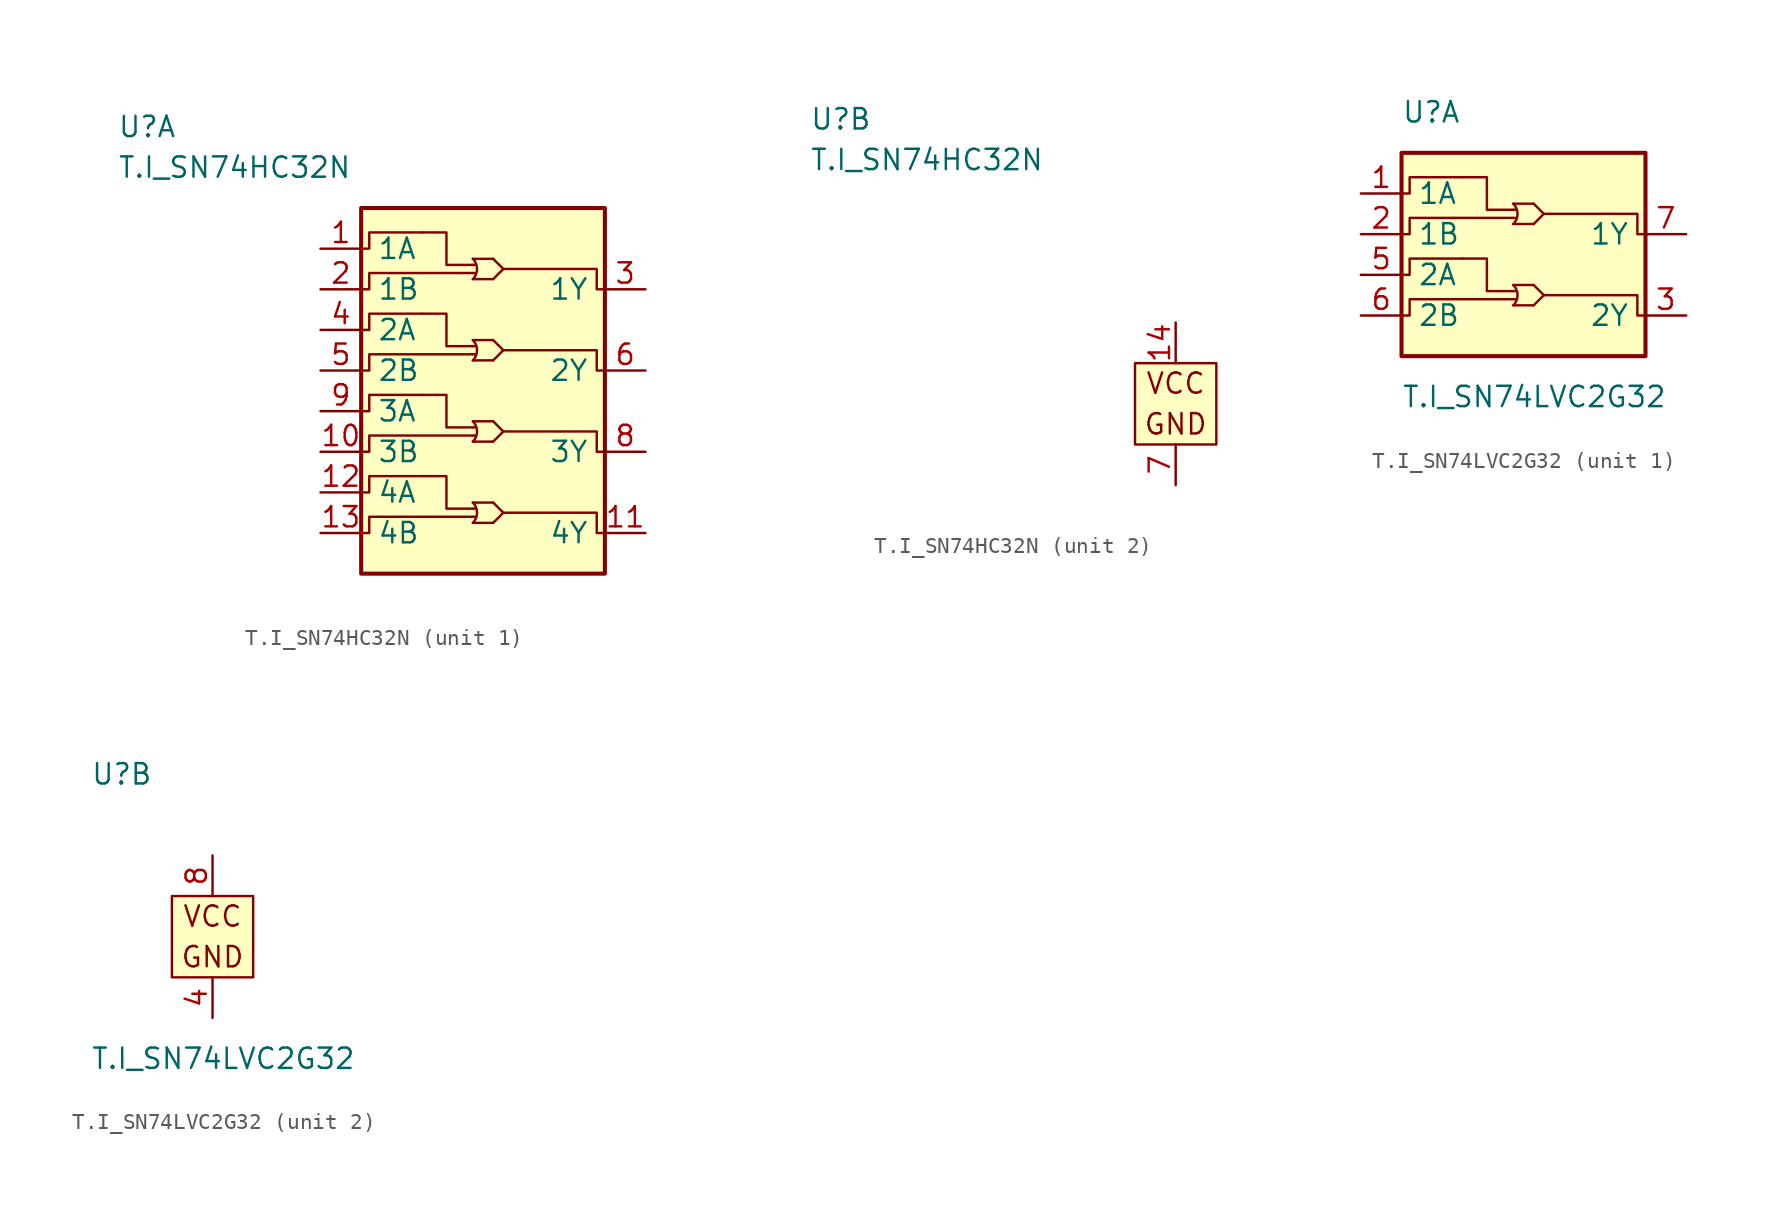
<source format=kicad_sym>
(kicad_symbol_lib
  (version 20211014)
  (generator kicad_symbol_editor)
  (symbol "T.I_SN74HC32N"
    (pin_names
      (offset 1))
    (property "Reference" "U"
      (at -22.86 17.78 0)
      (effects (font (size 1.27 1.27)) (justify left)))
    (property "Value" "T.I_SN74HC32N"
      (at -22.86 15.24 0)
      (effects (font (size 1.27 1.27)) (justify left)))
    (property "ki_locked" ""
      (at 0 0 0)
      (effects (font (size 1.27 1.27))))
    (symbol "T.I_SN74HC32N_1_1"
      (rectangle (start -7.62 12.7) (end 7.62 -10.16) (stroke (width 0.254) (type default) (color 0 0 0 0)) (fill (type background)))
      (arc (start -0.635 -6.985) (mid -0.372 -6.35) (end -0.635 -5.715) (stroke (width 0) (type default) (color 0 0 0 0)) (fill (type none)))
      (arc (start -0.635 -1.905) (mid -0.372 -1.27) (end -0.635 -0.635) (stroke (width 0) (type default) (color 0 0 0 0)) (fill (type none)))
      (arc (start -0.635 3.175) (mid -0.372 3.81) (end -0.635 4.445) (stroke (width 0) (type default) (color 0 0 0 0)) (fill (type none)))
      (arc (start -0.635 8.255) (mid -0.372 8.89) (end -0.635 9.525) (stroke (width 0) (type default) (color 0 0 0 0)) (fill (type none)))
      (polyline (pts (xy -0.635 -6.604) (xy -0.508 -6.604)) (stroke (width 0) (type default) (color 0 0 0 0)) (fill (type none)))
      (polyline (pts (xy -0.635 -6.096) (xy -0.508 -6.096)) (stroke (width 0) (type default) (color 0 0 0 0)) (fill (type none)))
      (polyline (pts (xy -0.635 -1.524) (xy -0.508 -1.524)) (stroke (width 0) (type default) (color 0 0 0 0)) (fill (type none)))
      (polyline (pts (xy -0.635 -1.016) (xy -0.508 -1.016)) (stroke (width 0) (type default) (color 0 0 0 0)) (fill (type none)))
      (polyline (pts (xy -0.635 3.556) (xy -0.508 3.556)) (stroke (width 0) (type default) (color 0 0 0 0)) (fill (type none)))
      (polyline (pts (xy -0.635 4.064) (xy -0.508 4.064)) (stroke (width 0) (type default) (color 0 0 0 0)) (fill (type none)))
      (polyline (pts (xy -0.635 8.636) (xy -0.508 8.636)) (stroke (width 0) (type default) (color 0 0 0 0)) (fill (type none)))
      (polyline (pts (xy -0.635 9.144) (xy -0.508 9.144)) (stroke (width 0) (type default) (color 0 0 0 0)) (fill (type none)))
      (polyline (pts (xy 0.635 -6.985) (xy -0.635 -6.985)) (stroke (width 0) (type default) (color 0 0 0 0)) (fill (type none)))
      (polyline (pts (xy 0.635 -5.715) (xy -0.635 -5.715)) (stroke (width 0) (type default) (color 0 0 0 0)) (fill (type none)))
      (polyline (pts (xy 0.635 -1.905) (xy -0.635 -1.905)) (stroke (width 0) (type default) (color 0 0 0 0)) (fill (type none)))
      (polyline (pts (xy 0.635 -0.635) (xy -0.635 -0.635)) (stroke (width 0) (type default) (color 0 0 0 0)) (fill (type none)))
      (polyline (pts (xy 0.635 3.175) (xy -0.635 3.175)) (stroke (width 0) (type default) (color 0 0 0 0)) (fill (type none)))
      (polyline (pts (xy 0.635 4.445) (xy -0.635 4.445)) (stroke (width 0) (type default) (color 0 0 0 0)) (fill (type none)))
      (polyline (pts (xy 0.635 8.255) (xy -0.635 8.255)) (stroke (width 0) (type default) (color 0 0 0 0)) (fill (type none)))
      (polyline (pts (xy 0.635 9.525) (xy -0.635 9.525)) (stroke (width 0) (type default) (color 0 0 0 0)) (fill (type none)))
      (polyline (pts (xy 0.635 -5.715) (xy 1.27 -6.35) (xy 0.635 -6.985)) (stroke (width 0) (type default) (color 0 0 0 0)) (fill (type none)))
      (polyline (pts (xy 0.635 -0.635) (xy 1.27 -1.27) (xy 0.635 -1.905)) (stroke (width 0) (type default) (color 0 0 0 0)) (fill (type none)))
      (polyline (pts (xy 0.635 4.445) (xy 1.27 3.81) (xy 0.635 3.175)) (stroke (width 0) (type default) (color 0 0 0 0)) (fill (type none)))
      (polyline (pts (xy 0.635 9.525) (xy 1.27 8.89) (xy 0.635 8.255)) (stroke (width 0) (type default) (color 0 0 0 0)) (fill (type none)))
      (polyline (pts (xy -0.635 -6.096) (xy -2.286 -6.096) (xy -2.286 -4.064) (xy -3.81 -4.064)) (stroke (width 0) (type default) (color 0 0 0 0)) (fill (type none)))
      (polyline (pts (xy -0.635 -1.016) (xy -2.286 -1.016) (xy -2.286 1.016) (xy -3.81 1.016)) (stroke (width 0) (type default) (color 0 0 0 0)) (fill (type none)))
      (polyline (pts (xy -0.635 4.064) (xy -2.286 4.064) (xy -2.286 6.096) (xy -3.81 6.096)) (stroke (width 0) (type default) (color 0 0 0 0)) (fill (type none)))
      (polyline (pts (xy -0.635 9.144) (xy -2.286 9.144) (xy -2.286 11.176) (xy -3.81 11.176)) (stroke (width 0) (type default) (color 0 0 0 0)) (fill (type none)))
      (polyline (pts (xy -3.81 -4.064) (xy -3.81 -4.064) (xy -7.112 -4.064) (xy -7.112 -5.08) (xy -7.62 -5.08)) (stroke (width 0) (type default) (color 0 0 0 0)) (fill (type none)))
      (polyline (pts (xy -3.81 1.016) (xy -3.81 1.016) (xy -7.112 1.016) (xy -7.112 0) (xy -7.62 0)) (stroke (width 0) (type default) (color 0 0 0 0)) (fill (type none)))
      (polyline (pts (xy -3.81 6.096) (xy -3.81 6.096) (xy -7.112 6.096) (xy -7.112 5.08) (xy -7.62 5.08)) (stroke (width 0) (type default) (color 0 0 0 0)) (fill (type none)))
      (polyline (pts (xy -3.81 11.176) (xy -3.81 11.176) (xy -7.112 11.176) (xy -7.112 10.16) (xy -7.62 10.16)) (stroke (width 0) (type default) (color 0 0 0 0)) (fill (type none)))
      (polyline (pts (xy -0.635 -6.604) (xy -3.81 -6.604) (xy -7.112 -6.604) (xy -7.112 -7.62) (xy -7.62 -7.62)) (stroke (width 0) (type default) (color 0 0 0 0)) (fill (type none)))
      (polyline (pts (xy -0.635 -1.524) (xy -3.81 -1.524) (xy -7.112 -1.524) (xy -7.112 -2.54) (xy -7.62 -2.54)) (stroke (width 0) (type default) (color 0 0 0 0)) (fill (type none)))
      (polyline (pts (xy -0.635 3.556) (xy -3.81 3.556) (xy -7.112 3.556) (xy -7.112 2.54) (xy -7.62 2.54)) (stroke (width 0) (type default) (color 0 0 0 0)) (fill (type none)))
      (polyline (pts (xy -0.635 8.636) (xy -3.81 8.636) (xy -7.112 8.636) (xy -7.112 7.62) (xy -7.62 7.62)) (stroke (width 0) (type default) (color 0 0 0 0)) (fill (type none)))
      (polyline (pts (xy 1.27 -6.35) (xy 3.81 -6.35) (xy 7.112 -6.35) (xy 7.112 -7.62) (xy 7.62 -7.62)) (stroke (width 0) (type default) (color 0 0 0 0)) (fill (type none)))
      (polyline (pts (xy 1.27 -1.27) (xy 3.81 -1.27) (xy 7.112 -1.27) (xy 7.112 -2.54) (xy 7.62 -2.54)) (stroke (width 0) (type default) (color 0 0 0 0)) (fill (type none)))
      (polyline (pts (xy 1.27 3.81) (xy 3.81 3.81) (xy 7.112 3.81) (xy 7.112 2.54) (xy 7.62 2.54)) (stroke (width 0) (type default) (color 0 0 0 0)) (fill (type none)))
      (polyline (pts (xy 1.27 8.89) (xy 3.81 8.89) (xy 7.112 8.89) (xy 7.112 7.62) (xy 7.62 7.62)) (stroke (width 0) (type default) (color 0 0 0 0)) (fill (type none)))
      (pin input line (at -10.16 10.16 0) (length 2.54) (name "1A" (effects (font (size 1.27 1.27)))) (number "1" (effects (font (size 1.27 1.27)))))
      (pin input line (at -10.16 -2.54 0) (length 2.54) (name "3B" (effects (font (size 1.27 1.27)))) (number "10" (effects (font (size 1.27 1.27)))))
      (pin output line (at 10.16 -7.62 180) (length 2.54) (name "4Y" (effects (font (size 1.27 1.27)))) (number "11" (effects (font (size 1.27 1.27)))))
      (pin input line (at -10.16 -5.08 0) (length 2.54) (name "4A" (effects (font (size 1.27 1.27)))) (number "12" (effects (font (size 1.27 1.27)))))
      (pin input line (at -10.16 -7.62 0) (length 2.54) (name "4B" (effects (font (size 1.27 1.27)))) (number "13" (effects (font (size 1.27 1.27)))))
      (pin input line (at -10.16 7.62 0) (length 2.54) (name "1B" (effects (font (size 1.27 1.27)))) (number "2" (effects (font (size 1.27 1.27)))))
      (pin output line (at 10.16 7.62 180) (length 2.54) (name "1Y" (effects (font (size 1.27 1.27)))) (number "3" (effects (font (size 1.27 1.27)))))
      (pin input line (at -10.16 5.08 0) (length 2.54) (name "2A" (effects (font (size 1.27 1.27)))) (number "4" (effects (font (size 1.27 1.27)))))
      (pin input line (at -10.16 2.54 0) (length 2.54) (name "2B" (effects (font (size 1.27 1.27)))) (number "5" (effects (font (size 1.27 1.27)))))
      (pin output line (at 10.16 2.54 180) (length 2.54) (name "2Y" (effects (font (size 1.27 1.27)))) (number "6" (effects (font (size 1.27 1.27)))))
      (pin output line (at 10.16 -2.54 180) (length 2.54) (name "3Y" (effects (font (size 1.27 1.27)))) (number "8" (effects (font (size 1.27 1.27)))))
      (pin input line (at -10.16 0 0) (length 2.54) (name "3A" (effects (font (size 1.27 1.27)))) (number "9" (effects (font (size 1.27 1.27))))))
    (symbol "T.I_SN74HC32N_2_0"
      (text "GND" (at 0 -1.27 0) (effects (font (size 1.27 1.27))))
      (text "VCC" (at 0 1.27 0) (effects (font (size 1.27 1.27)))))
    (symbol "T.I_SN74HC32N_2_1"
      (rectangle (start -2.54 2.54) (end 2.54 -2.54) (stroke (width 0) (type default) (color 0 0 0 0)) (fill (type background)))
      (pin power_in line (at 0 5.08 270) (length 2.54) (name "VCC" (effects (font (size 0 0)))) (number "14" (effects (font (size 1.27 1.27)))))
      (pin power_in line (at 0 -5.08 90) (length 2.54) (name "GND" (effects (font (size 0 0)))) (number "7" (effects (font (size 1.27 1.27)))))))
  (symbol "T.I_SN74LVC2G32"
    (pin_names
      (offset 1))
    (property "Reference" "U"
      (at -7.62 10.16 0)
      (effects (font (size 1.27 1.27)) (justify left)))
    (property "Value" "T.I_SN74LVC2G32"
      (at -7.62 -7.62 0)
      (effects (font (size 1.27 1.27)) (justify left)))
    (property "ki_locked" ""
      (at 0 0 0)
      (effects (font (size 1.27 1.27))))
    (symbol "T.I_SN74LVC2G32_1_1"
      (rectangle (start -7.62 7.62) (end 7.62 -5.08) (stroke (width 0.254) (type default) (color 0 0 0 0)) (fill (type background)))
      (arc (start -0.635 -1.905) (mid -0.372 -1.27) (end -0.635 -0.635) (stroke (width 0) (type default) (color 0 0 0 0)) (fill (type none)))
      (arc (start -0.635 3.175) (mid -0.372 3.81) (end -0.635 4.445) (stroke (width 0) (type default) (color 0 0 0 0)) (fill (type none)))
      (polyline (pts (xy -0.635 -1.524) (xy -0.508 -1.524)) (stroke (width 0) (type default) (color 0 0 0 0)) (fill (type none)))
      (polyline (pts (xy -0.635 -1.016) (xy -0.508 -1.016)) (stroke (width 0) (type default) (color 0 0 0 0)) (fill (type none)))
      (polyline (pts (xy -0.635 3.556) (xy -0.508 3.556)) (stroke (width 0) (type default) (color 0 0 0 0)) (fill (type none)))
      (polyline (pts (xy -0.635 4.064) (xy -0.508 4.064)) (stroke (width 0) (type default) (color 0 0 0 0)) (fill (type none)))
      (polyline (pts (xy 0.635 -1.905) (xy -0.635 -1.905)) (stroke (width 0) (type default) (color 0 0 0 0)) (fill (type none)))
      (polyline (pts (xy 0.635 -0.635) (xy -0.635 -0.635)) (stroke (width 0) (type default) (color 0 0 0 0)) (fill (type none)))
      (polyline (pts (xy 0.635 3.175) (xy -0.635 3.175)) (stroke (width 0) (type default) (color 0 0 0 0)) (fill (type none)))
      (polyline (pts (xy 0.635 4.445) (xy -0.635 4.445)) (stroke (width 0) (type default) (color 0 0 0 0)) (fill (type none)))
      (polyline (pts (xy 0.635 -0.635) (xy 1.27 -1.27) (xy 0.635 -1.905)) (stroke (width 0) (type default) (color 0 0 0 0)) (fill (type none)))
      (polyline (pts (xy 0.635 4.445) (xy 1.27 3.81) (xy 0.635 3.175)) (stroke (width 0) (type default) (color 0 0 0 0)) (fill (type none)))
      (polyline (pts (xy -0.635 -1.016) (xy -2.286 -1.016) (xy -2.286 1.016) (xy -3.81 1.016)) (stroke (width 0) (type default) (color 0 0 0 0)) (fill (type none)))
      (polyline (pts (xy -0.635 4.064) (xy -2.286 4.064) (xy -2.286 6.096) (xy -3.81 6.096)) (stroke (width 0) (type default) (color 0 0 0 0)) (fill (type none)))
      (polyline (pts (xy -3.81 1.016) (xy -3.81 1.016) (xy -7.112 1.016) (xy -7.112 0) (xy -7.62 0)) (stroke (width 0) (type default) (color 0 0 0 0)) (fill (type none)))
      (polyline (pts (xy -3.81 6.096) (xy -3.81 6.096) (xy -7.112 6.096) (xy -7.112 5.08) (xy -7.62 5.08)) (stroke (width 0) (type default) (color 0 0 0 0)) (fill (type none)))
      (polyline (pts (xy -0.635 -1.524) (xy -3.81 -1.524) (xy -7.112 -1.524) (xy -7.112 -2.54) (xy -7.62 -2.54)) (stroke (width 0) (type default) (color 0 0 0 0)) (fill (type none)))
      (polyline (pts (xy -0.635 3.556) (xy -3.81 3.556) (xy -7.112 3.556) (xy -7.112 2.54) (xy -7.62 2.54)) (stroke (width 0) (type default) (color 0 0 0 0)) (fill (type none)))
      (polyline (pts (xy 1.27 -1.27) (xy 3.81 -1.27) (xy 7.112 -1.27) (xy 7.112 -2.54) (xy 7.62 -2.54)) (stroke (width 0) (type default) (color 0 0 0 0)) (fill (type none)))
      (polyline (pts (xy 1.27 3.81) (xy 3.81 3.81) (xy 7.112 3.81) (xy 7.112 2.54) (xy 7.62 2.54)) (stroke (width 0) (type default) (color 0 0 0 0)) (fill (type none)))
      (pin input line (at -10.16 5.08 0) (length 2.54) (name "1A" (effects (font (size 1.27 1.27)))) (number "1" (effects (font (size 1.27 1.27)))))
      (pin input line (at -10.16 2.54 0) (length 2.54) (name "1B" (effects (font (size 1.27 1.27)))) (number "2" (effects (font (size 1.27 1.27)))))
      (pin output line (at 10.16 -2.54 180) (length 2.54) (name "2Y" (effects (font (size 1.27 1.27)))) (number "3" (effects (font (size 1.27 1.27)))))
      (pin input line (at -10.16 0 0) (length 2.54) (name "2A" (effects (font (size 1.27 1.27)))) (number "5" (effects (font (size 1.27 1.27)))))
      (pin input line (at -10.16 -2.54 0) (length 2.54) (name "2B" (effects (font (size 1.27 1.27)))) (number "6" (effects (font (size 1.27 1.27)))))
      (pin output line (at 10.16 2.54 180) (length 2.54) (name "1Y" (effects (font (size 1.27 1.27)))) (number "7" (effects (font (size 1.27 1.27))))))
    (symbol "T.I_SN74LVC2G32_2_0"
      (text "GND" (at 0 -1.27 0) (effects (font (size 1.27 1.27))))
      (text "VCC" (at 0 1.27 0) (effects (font (size 1.27 1.27)))))
    (symbol "T.I_SN74LVC2G32_2_1"
      (rectangle (start -2.54 2.54) (end 2.54 -2.54) (stroke (width 0) (type default) (color 0 0 0 0)) (fill (type background)))
      (pin power_in line (at 0 -5.08 90) (length 2.54) (name "GND" (effects (font (size 0 0)))) (number "4" (effects (font (size 1.27 1.27)))))
      (pin power_in line (at 0 5.08 270) (length 2.54) (name "VCC" (effects (font (size 0 0)))) (number "8" (effects (font (size 1.27 1.27))))))))
</source>
